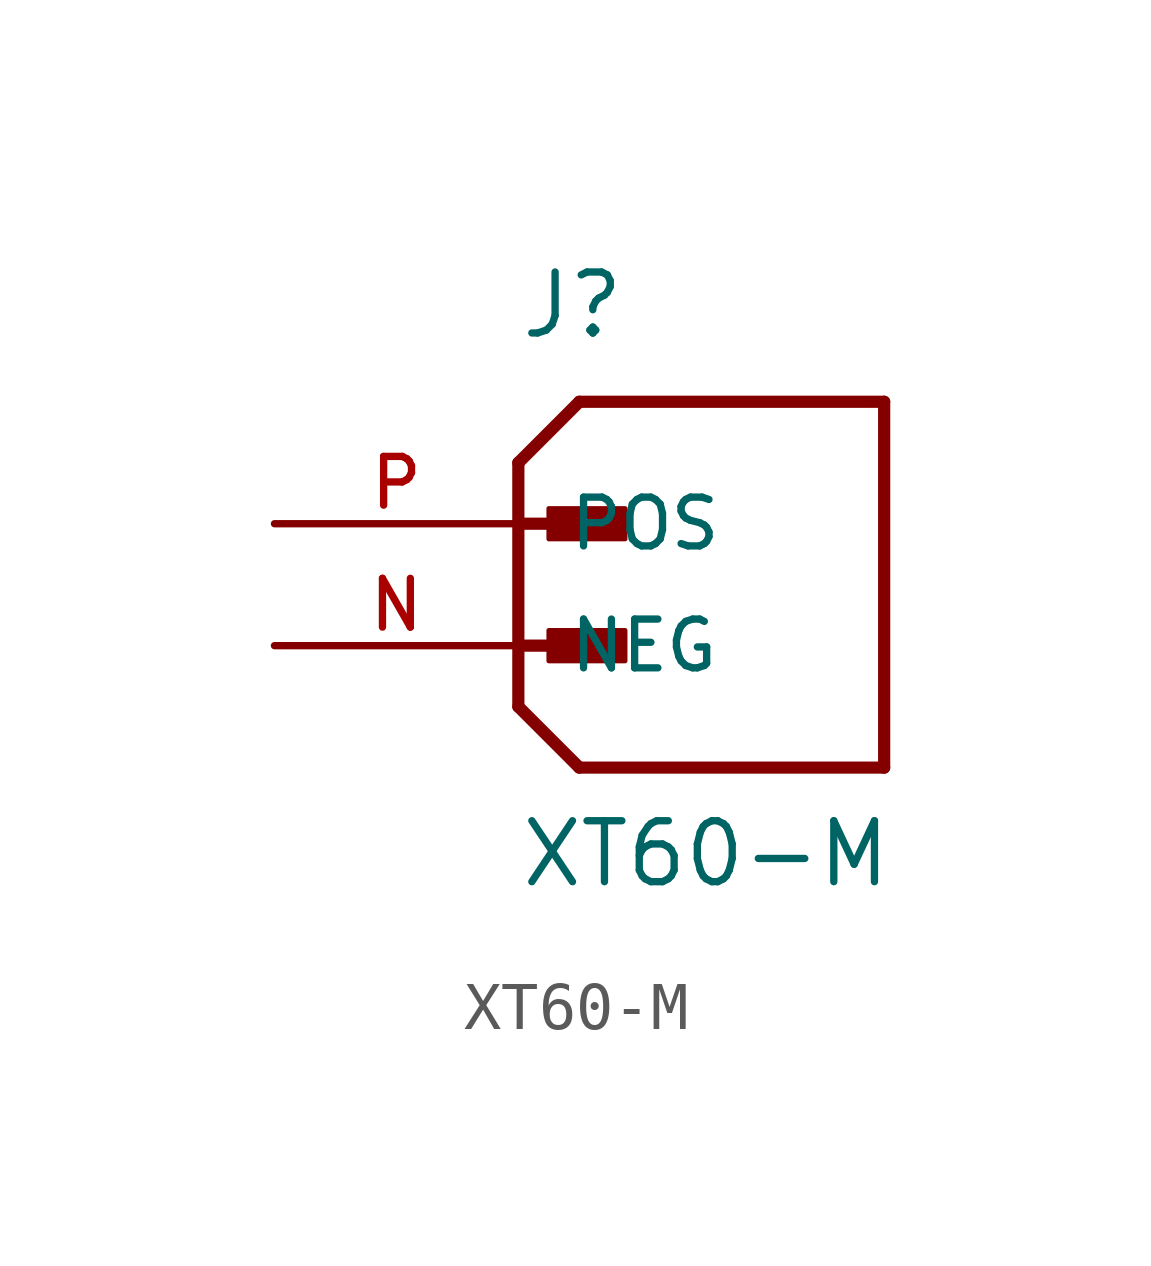
<source format=kicad_sym>
(kicad_symbol_lib
  (version 20231120)
  (generator "kicad_symbol_editor")
  (generator_version "8.0")
  (symbol "XT60-M"
    (pin_names
      (offset 1.016))
    (property "Reference" "J"
      (at 0 6.35 0)
      (effects (font (size 1.27 1.27)) (justify left bottom)))
    (property "Value" "XT60-M"
      (at 0 -5.08 0)
      (effects (font (size 1.27 1.27)) (justify left bottom)))
    (symbol "XT60-M_0_0"
      (polyline (pts (xy 0 -1.27) (xy 1.27 -2.54)) (stroke (width 0.254) (type default)) (fill (type none)))
      (polyline (pts (xy 0 0) (xy 1.905 0)) (stroke (width 0.254) (type default)) (fill (type none)))
      (polyline (pts (xy 0 2.54) (xy 0 -1.27)) (stroke (width 0.254) (type default)) (fill (type none)))
      (polyline (pts (xy 0 2.54) (xy 1.905 2.54)) (stroke (width 0.254) (type default)) (fill (type none)))
      (polyline (pts (xy 0 3.81) (xy 0 2.54)) (stroke (width 0.254) (type default)) (fill (type none)))
      (polyline (pts (xy 0 3.81) (xy 1.27 5.08)) (stroke (width 0.254) (type default)) (fill (type none)))
      (polyline (pts (xy 1.27 -2.54) (xy 7.62 -2.54)) (stroke (width 0.254) (type default)) (fill (type none)))
      (polyline (pts (xy 7.62 -2.54) (xy 7.62 5.08)) (stroke (width 0.254) (type default)) (fill (type none)))
      (polyline (pts (xy 7.62 5.08) (xy 1.27 5.08)) (stroke (width 0.254) (type default)) (fill (type none)))
      (rectangle (start 0.635 -0.318) (end 2.223 0.318) (stroke (width 0.1) (type default)) (fill (type outline)))
      (rectangle (start 0.635 2.857) (end 2.223 2.223) (stroke (width 0.1) (type default)) (fill (type outline))))
    (symbol "XT60-M_1_0"
      (pin input line (at -5.08 0 0) (length 5.08) (name "NEG" (effects (font (size 1.016 1.016)))) (number "N" (effects (font (size 1.016 1.016)))))
      (pin output line (at -5.08 2.54 0) (length 5.08) (name "POS" (effects (font (size 1.016 1.016)))) (number "P" (effects (font (size 1.016 1.016))))))))
</source>
